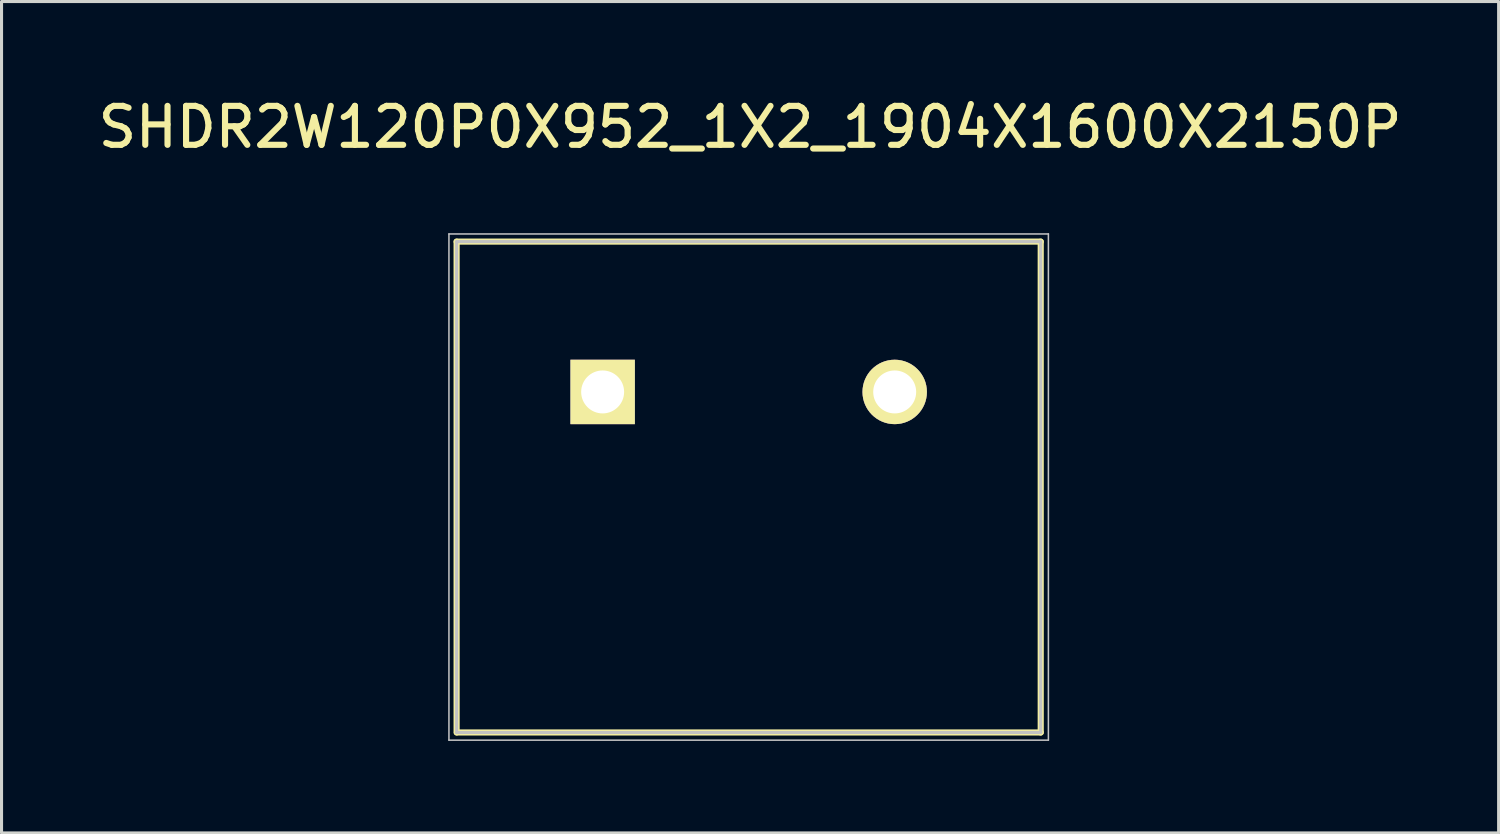
<source format=kicad_pcb>
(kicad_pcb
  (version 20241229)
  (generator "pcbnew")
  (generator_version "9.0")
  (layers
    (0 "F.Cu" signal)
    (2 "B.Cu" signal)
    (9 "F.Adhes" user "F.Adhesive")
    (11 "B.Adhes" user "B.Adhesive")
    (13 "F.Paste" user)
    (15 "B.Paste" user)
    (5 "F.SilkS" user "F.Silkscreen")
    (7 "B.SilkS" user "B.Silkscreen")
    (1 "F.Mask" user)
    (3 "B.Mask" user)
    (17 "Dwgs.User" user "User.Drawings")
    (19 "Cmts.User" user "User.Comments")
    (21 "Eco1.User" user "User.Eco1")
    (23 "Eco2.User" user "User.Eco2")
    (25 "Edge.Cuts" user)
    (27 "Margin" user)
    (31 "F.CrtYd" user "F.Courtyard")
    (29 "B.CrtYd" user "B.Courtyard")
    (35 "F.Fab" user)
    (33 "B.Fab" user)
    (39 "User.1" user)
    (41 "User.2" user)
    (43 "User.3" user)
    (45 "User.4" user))
  (footprint "SHDR2W120P0X952_1X2_1904X1600X2150P"
    (layer "F.Cu")
    (at 16.594 9.726)
    (property "Reference" "SHDR2W120P0X952_1X2_1904X1600X2150P" (at 4.806 -8.632 0) (layer "F.SilkS") (effects (font (size 1.27 1.27) (thickness 0.2))))
    (attr through_hole)
    (fp_line (start -4.76 -4.9) (end -4.76 11.1) (stroke (width 0.2) (type solid)) (layer "F.SilkS"))
    (fp_line (start -4.75 11.1) (end 14.28 11.1) (stroke (width 0.2) (type solid)) (layer "F.SilkS"))
    (fp_line (start 14.28 -4.9) (end -4.76 -4.9) (stroke (width 0.2) (type solid)) (layer "F.SilkS"))
    (fp_line (start 14.28 11.1) (end 14.28 -4.9) (stroke (width 0.2) (type solid)) (layer "F.SilkS"))
    (fp_line (start -5.01 -5.15) (end 14.53 -5.15) (stroke (width 0.05) (type solid)) (layer "Dwgs.User"))
    (fp_line (start -5.01 11.35) (end -5.01 -5.15) (stroke (width 0.05) (type solid)) (layer "Dwgs.User"))
    (fp_line (start -4.76 -4.9) (end 14.28 -4.9) (stroke (width 0.1) (type solid)) (layer "Dwgs.User"))
    (fp_line (start -4.76 11.1) (end -4.76 -4.9) (stroke (width 0.1) (type solid)) (layer "Dwgs.User"))
    (fp_line (start 14.28 -4.9) (end 14.28 11.1) (stroke (width 0.1) (type solid)) (layer "Dwgs.User"))
    (fp_line (start 14.28 11.1) (end -4.76 11.1) (stroke (width 0.1) (type solid)) (layer "Dwgs.User"))
    (fp_line (start 14.53 -5.15) (end 14.53 11.35) (stroke (width 0.05) (type solid)) (layer "Dwgs.User"))
    (fp_line (start 14.53 11.35) (end -5.01 11.35) (stroke (width 0.05) (type solid)) (layer "Dwgs.User"))
    (pad "1" thru_hole rect (at 0 0 90) (size 2.1 2.1) (drill 1.4) (layers "*.Cu" "*.Mask" "F.SilkS"))
    (pad "2" thru_hole circle (at 9.52 0 90) (size 2.1 2.1) (drill 1.4) (layers "*.Cu" "*.Mask" "F.SilkS")))
  (gr_rect
    (start -3 -3)
    (end 45.8 24.101)
    (stroke (width 0.1) (type default))
    (fill no)
    (layer "Edge.Cuts")))
</source>
